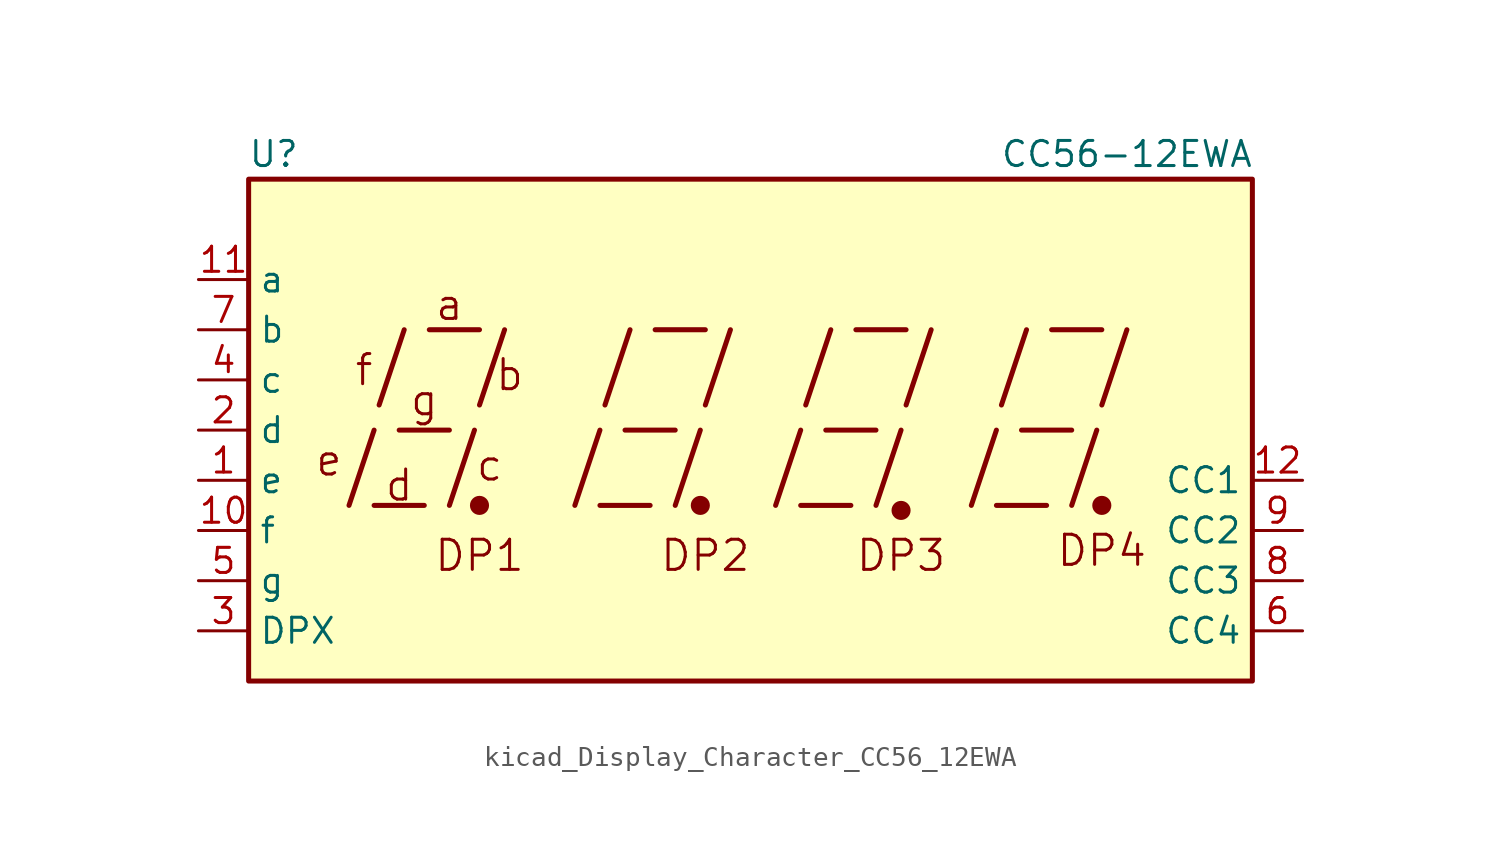
<source format=kicad_sym>
(kicad_symbol_lib
  (version 20220914)
  (generator kicad_symbol_editor)
  (symbol "kicad_Display_Character_CC56_12EWA"
    (property "Reference" "U"
      (at -24.13 13.97 0)
      (effects (font (size 1.27 1.27))))
    (property "Value" "CC56-12EWA"
      (at 19.05 13.97 0)
      (effects (font (size 1.27 1.27))))
    (symbol "kicad_Display_Character_CC56_12EWA_0_0"
      (rectangle (start -25.4 12.7) (end 25.4 -12.7) (stroke (width 0.254) (type default)) (fill (type background)))
      (polyline (pts (xy -20.32 -3.81) (xy -19.05 0)) (stroke (width 0.254) (type default)) (fill (type none)))
      (polyline (pts (xy -19.05 -3.81) (xy -16.51 -3.81)) (stroke (width 0.254) (type default)) (fill (type none)))
      (polyline (pts (xy -18.796 1.27) (xy -17.526 5.08)) (stroke (width 0.254) (type default)) (fill (type none)))
      (polyline (pts (xy -17.78 0) (xy -15.24 0)) (stroke (width 0.254) (type default)) (fill (type none)))
      (polyline (pts (xy -16.256 5.08) (xy -13.716 5.08)) (stroke (width 0.254) (type default)) (fill (type none)))
      (polyline (pts (xy -15.24 -3.81) (xy -13.97 0)) (stroke (width 0.254) (type default)) (fill (type none)))
      (polyline (pts (xy -13.716 1.27) (xy -12.446 5.08)) (stroke (width 0.254) (type default)) (fill (type none)))
      (polyline (pts (xy -8.89 -3.81) (xy -7.62 0)) (stroke (width 0.254) (type default)) (fill (type none)))
      (polyline (pts (xy -7.62 -3.81) (xy -5.08 -3.81)) (stroke (width 0.254) (type default)) (fill (type none)))
      (polyline (pts (xy -7.366 1.27) (xy -6.096 5.08)) (stroke (width 0.254) (type default)) (fill (type none)))
      (polyline (pts (xy -6.35 0) (xy -3.81 0)) (stroke (width 0.254) (type default)) (fill (type none)))
      (polyline (pts (xy -4.826 5.08) (xy -2.286 5.08)) (stroke (width 0.254) (type default)) (fill (type none)))
      (polyline (pts (xy -3.81 -3.81) (xy -2.54 0)) (stroke (width 0.254) (type default)) (fill (type none)))
      (polyline (pts (xy -2.286 1.27) (xy -1.016 5.08)) (stroke (width 0.254) (type default)) (fill (type none)))
      (polyline (pts (xy 1.27 -3.81) (xy 2.54 0)) (stroke (width 0.254) (type default)) (fill (type none)))
      (polyline (pts (xy 2.54 -3.81) (xy 5.08 -3.81)) (stroke (width 0.254) (type default)) (fill (type none)))
      (polyline (pts (xy 2.794 1.27) (xy 4.064 5.08)) (stroke (width 0.254) (type default)) (fill (type none)))
      (polyline (pts (xy 3.81 0) (xy 6.35 0)) (stroke (width 0.254) (type default)) (fill (type none)))
      (polyline (pts (xy 5.334 5.08) (xy 7.874 5.08)) (stroke (width 0.254) (type default)) (fill (type none)))
      (polyline (pts (xy 6.35 -3.81) (xy 7.62 0)) (stroke (width 0.254) (type default)) (fill (type none)))
      (polyline (pts (xy 7.874 1.27) (xy 9.144 5.08)) (stroke (width 0.254) (type default)) (fill (type none)))
      (polyline (pts (xy 11.176 -3.81) (xy 12.446 0)) (stroke (width 0.254) (type default)) (fill (type none)))
      (polyline (pts (xy 12.446 -3.81) (xy 14.986 -3.81)) (stroke (width 0.254) (type default)) (fill (type none)))
      (polyline (pts (xy 12.7 1.27) (xy 13.97 5.08)) (stroke (width 0.254) (type default)) (fill (type none)))
      (polyline (pts (xy 13.716 0) (xy 16.256 0)) (stroke (width 0.254) (type default)) (fill (type none)))
      (polyline (pts (xy 15.24 5.08) (xy 17.78 5.08)) (stroke (width 0.254) (type default)) (fill (type none)))
      (polyline (pts (xy 16.256 -3.81) (xy 17.526 0)) (stroke (width 0.254) (type default)) (fill (type none)))
      (polyline (pts (xy 17.78 1.27) (xy 19.05 5.08)) (stroke (width 0.254) (type default)) (fill (type none)))
      (text "a" (at -15.24 6.35 0) (effects (font (size 1.524 1.524))))
      (text "b" (at -12.192 2.794 0) (effects (font (size 1.524 1.524))))
      (text "c" (at -13.208 -1.778 0) (effects (font (size 1.524 1.524))))
      (text "d" (at -17.78 -2.794 0) (effects (font (size 1.524 1.524))))
      (text "DP1" (at -13.716 -6.35 0) (effects (font (size 1.524 1.524))))
      (text "DP2" (at -2.286 -6.35 0) (effects (font (size 1.524 1.524))))
      (text "DP3" (at 7.62 -6.35 0) (effects (font (size 1.524 1.524))))
      (text "DP4" (at 17.78 -6.096 0) (effects (font (size 1.524 1.524))))
      (text "e" (at -21.336 -1.524 0) (effects (font (size 1.524 1.524))))
      (text "f" (at -19.558 3.048 0) (effects (font (size 1.524 1.524))))
      (text "g" (at -16.51 1.524 0) (effects (font (size 1.524 1.524)))))
    (symbol "kicad_Display_Character_CC56_12EWA_0_1"
      (circle (center -13.716 -3.81) (radius 0.356) (stroke (width 0.254) (type default)) (fill (type outline)))
      (circle (center -2.54 -3.81) (radius 0.356) (stroke (width 0.254) (type default)) (fill (type outline))))
    (symbol "kicad_Display_Character_CC56_12EWA_1_0"
      (circle (center 7.62 -4.064) (radius 0.356) (stroke (width 0.254) (type default)) (fill (type outline)))
      (circle (center 17.78 -3.81) (radius 0.356) (stroke (width 0.254) (type default)) (fill (type outline))))
    (symbol "kicad_Display_Character_CC56_12EWA_1_1"
      (pin input line (at -27.94 -2.54 0) (length 2.54) (name "e" (effects (font (size 1.27 1.27)))) (number "1" (effects (font (size 1.27 1.27)))))
      (pin input line (at -27.94 -5.08 0) (length 2.54) (name "f" (effects (font (size 1.27 1.27)))) (number "10" (effects (font (size 1.27 1.27)))))
      (pin input line (at -27.94 7.62 0) (length 2.54) (name "a" (effects (font (size 1.27 1.27)))) (number "11" (effects (font (size 1.27 1.27)))))
      (pin input line (at 27.94 -2.54 180) (length 2.54) (name "CC1" (effects (font (size 1.27 1.27)))) (number "12" (effects (font (size 1.27 1.27)))))
      (pin input line (at -27.94 0 0) (length 2.54) (name "d" (effects (font (size 1.27 1.27)))) (number "2" (effects (font (size 1.27 1.27)))))
      (pin input line (at -27.94 -10.16 0) (length 2.54) (name "DPX" (effects (font (size 1.27 1.27)))) (number "3" (effects (font (size 1.27 1.27)))))
      (pin input line (at -27.94 2.54 0) (length 2.54) (name "c" (effects (font (size 1.27 1.27)))) (number "4" (effects (font (size 1.27 1.27)))))
      (pin input line (at -27.94 -7.62 0) (length 2.54) (name "g" (effects (font (size 1.27 1.27)))) (number "5" (effects (font (size 1.27 1.27)))))
      (pin input line (at 27.94 -10.16 180) (length 2.54) (name "CC4" (effects (font (size 1.27 1.27)))) (number "6" (effects (font (size 1.27 1.27)))))
      (pin input line (at -27.94 5.08 0) (length 2.54) (name "b" (effects (font (size 1.27 1.27)))) (number "7" (effects (font (size 1.27 1.27)))))
      (pin input line (at 27.94 -7.62 180) (length 2.54) (name "CC3" (effects (font (size 1.27 1.27)))) (number "8" (effects (font (size 1.27 1.27)))))
      (pin input line (at 27.94 -5.08 180) (length 2.54) (name "CC2" (effects (font (size 1.27 1.27)))) (number "9" (effects (font (size 1.27 1.27))))))))
</source>
